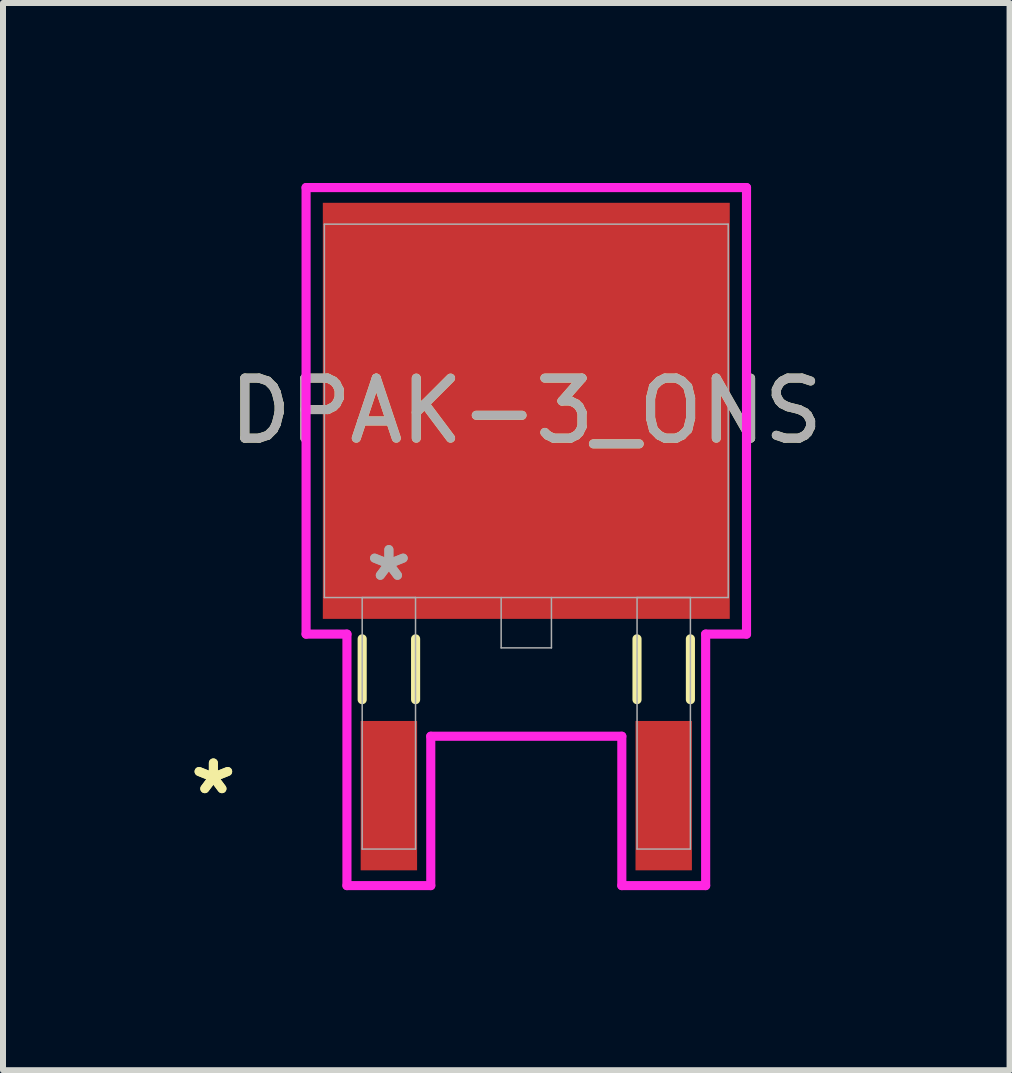
<source format=kicad_pcb>
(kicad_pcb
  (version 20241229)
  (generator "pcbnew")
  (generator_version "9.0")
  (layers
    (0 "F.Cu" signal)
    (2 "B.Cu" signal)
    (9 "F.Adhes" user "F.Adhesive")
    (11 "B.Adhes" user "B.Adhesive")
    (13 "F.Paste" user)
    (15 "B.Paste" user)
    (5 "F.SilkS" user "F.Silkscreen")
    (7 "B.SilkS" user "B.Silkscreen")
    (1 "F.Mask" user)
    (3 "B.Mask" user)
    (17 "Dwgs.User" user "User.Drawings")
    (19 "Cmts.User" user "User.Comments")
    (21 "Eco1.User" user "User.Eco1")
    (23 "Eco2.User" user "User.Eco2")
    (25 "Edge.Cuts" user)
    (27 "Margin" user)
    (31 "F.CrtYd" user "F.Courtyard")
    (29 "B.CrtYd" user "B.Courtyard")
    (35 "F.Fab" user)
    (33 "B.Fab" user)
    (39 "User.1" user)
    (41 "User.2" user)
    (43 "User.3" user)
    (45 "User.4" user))
  (footprint "DPAK-3_ONS"
    (layer "F.Cu")
    (at 5.721 3.797)
    (property "Reference" "DPAK-3_ONS" (at 0 0 0) (unlocked yes) (layer "F.SilkS") (effects (font (size 1 1) (thickness 0.15))))
    (attr smd)
    (fp_line (start -2.735 3.8) (end -2.735 4.813) (stroke (width 0.152) (type solid)) (layer "F.SilkS"))
    (fp_line (start -1.845 3.8) (end -1.845 4.813) (stroke (width 0.152) (type solid)) (layer "F.SilkS"))
    (fp_line (start 1.845 3.8) (end 1.845 4.813) (stroke (width 0.152) (type solid)) (layer "F.SilkS"))
    (fp_line (start 2.735 3.8) (end 2.735 4.813) (stroke (width 0.152) (type solid)) (layer "F.SilkS"))
    (fp_line (start -3.67 -3.721) (end 3.67 -3.721) (stroke (width 0.152) (type solid)) (layer "F.CrtYd"))
    (fp_line (start -3.67 3.721) (end -3.67 -3.721) (stroke (width 0.152) (type solid)) (layer "F.CrtYd"))
    (fp_line (start -2.989 3.721) (end -3.67 3.721) (stroke (width 0.152) (type solid)) (layer "F.CrtYd"))
    (fp_line (start -2.989 7.912) (end -2.989 3.721) (stroke (width 0.152) (type solid)) (layer "F.CrtYd"))
    (fp_line (start -1.592 5.423) (end -1.592 7.912) (stroke (width 0.152) (type solid)) (layer "F.CrtYd"))
    (fp_line (start -1.592 7.912) (end -2.989 7.912) (stroke (width 0.152) (type solid)) (layer "F.CrtYd"))
    (fp_line (start 1.592 5.423) (end -1.592 5.423) (stroke (width 0.152) (type solid)) (layer "F.CrtYd"))
    (fp_line (start 1.592 7.912) (end 1.592 5.423) (stroke (width 0.152) (type solid)) (layer "F.CrtYd"))
    (fp_line (start 2.989 3.721) (end 2.989 7.912) (stroke (width 0.152) (type solid)) (layer "F.CrtYd"))
    (fp_line (start 2.989 7.912) (end 1.592 7.912) (stroke (width 0.152) (type solid)) (layer "F.CrtYd"))
    (fp_line (start 3.67 -3.721) (end 3.67 3.721) (stroke (width 0.152) (type solid)) (layer "F.CrtYd"))
    (fp_line (start 3.67 3.721) (end 2.989 3.721) (stroke (width 0.152) (type solid)) (layer "F.CrtYd"))
    (fp_line (start -3.365 -3.111) (end -3.365 3.111) (stroke (width 0.025) (type solid)) (layer "F.Fab"))
    (fp_line (start -3.365 3.111) (end 3.365 3.111) (stroke (width 0.025) (type solid)) (layer "F.Fab"))
    (fp_line (start -2.735 3.111) (end -2.735 7.303) (stroke (width 0.025) (type solid)) (layer "F.Fab"))
    (fp_line (start -2.735 7.303) (end -1.846 7.303) (stroke (width 0.025) (type solid)) (layer "F.Fab"))
    (fp_line (start -1.846 3.111) (end -2.735 3.111) (stroke (width 0.025) (type solid)) (layer "F.Fab"))
    (fp_line (start -1.846 7.303) (end -1.846 3.111) (stroke (width 0.025) (type solid)) (layer "F.Fab"))
    (fp_line (start -0.419 3.111) (end -0.419 3.95) (stroke (width 0.025) (type solid)) (layer "F.Fab"))
    (fp_line (start -0.419 3.95) (end 0.419 3.95) (stroke (width 0.025) (type solid)) (layer "F.Fab"))
    (fp_line (start 0.419 3.95) (end 0.419 3.111) (stroke (width 0.025) (type solid)) (layer "F.Fab"))
    (fp_line (start 1.846 3.111) (end 1.846 7.303) (stroke (width 0.025) (type solid)) (layer "F.Fab"))
    (fp_line (start 1.846 7.303) (end 2.735 7.303) (stroke (width 0.025) (type solid)) (layer "F.Fab"))
    (fp_line (start 2.735 3.111) (end 1.846 3.111) (stroke (width 0.025) (type solid)) (layer "F.Fab"))
    (fp_line (start 2.735 7.303) (end 2.735 3.111) (stroke (width 0.025) (type solid)) (layer "F.Fab"))
    (fp_line (start 3.365 -3.111) (end -3.365 -3.111) (stroke (width 0.025) (type solid)) (layer "F.Fab"))
    (fp_line (start 3.365 3.111) (end 3.365 -3.111) (stroke (width 0.025) (type solid)) (layer "F.Fab"))
    (fp_text user "*" (at -5.215 6.413 0) (layer "F.SilkS") (effects (font (size 1 1) (thickness 0.15))))
    (fp_text user "*" (at -5.215 6.413 0) (unlocked yes) (layer "F.SilkS") (effects (font (size 1 1) (thickness 0.15))))
    (fp_text user "*" (at -2.29 2.857 0) (layer "F.Fab") (effects (font (size 1 1) (thickness 0.15))))
    (fp_text user "${REFERENCE}" (at 0 0 0) (unlocked yes) (layer "F.Fab") (effects (font (size 1 1) (thickness 0.15))))
    (fp_text user "*" (at -2.29 2.857 0) (unlocked yes) (layer "F.Fab") (effects (font (size 1 1) (thickness 0.15))))
    (pad "1" smd rect (at -2.29 6.413) (size 0.94 2.489) (layers "F.Cu" "F.Mask" "F.Paste"))
    (pad "2" smd rect (at 0 0) (size 6.782 6.934) (layers "F.Cu" "F.Mask" "F.Paste"))
    (pad "3" smd rect (at 2.29 6.413) (size 0.94 2.489) (layers "F.Cu" "F.Mask" "F.Paste")))
  (gr_rect
    (start -3 -3)
    (end 13.775 14.786)
    (stroke (width 0.1) (type default))
    (fill no)
    (layer "Edge.Cuts")))
</source>
